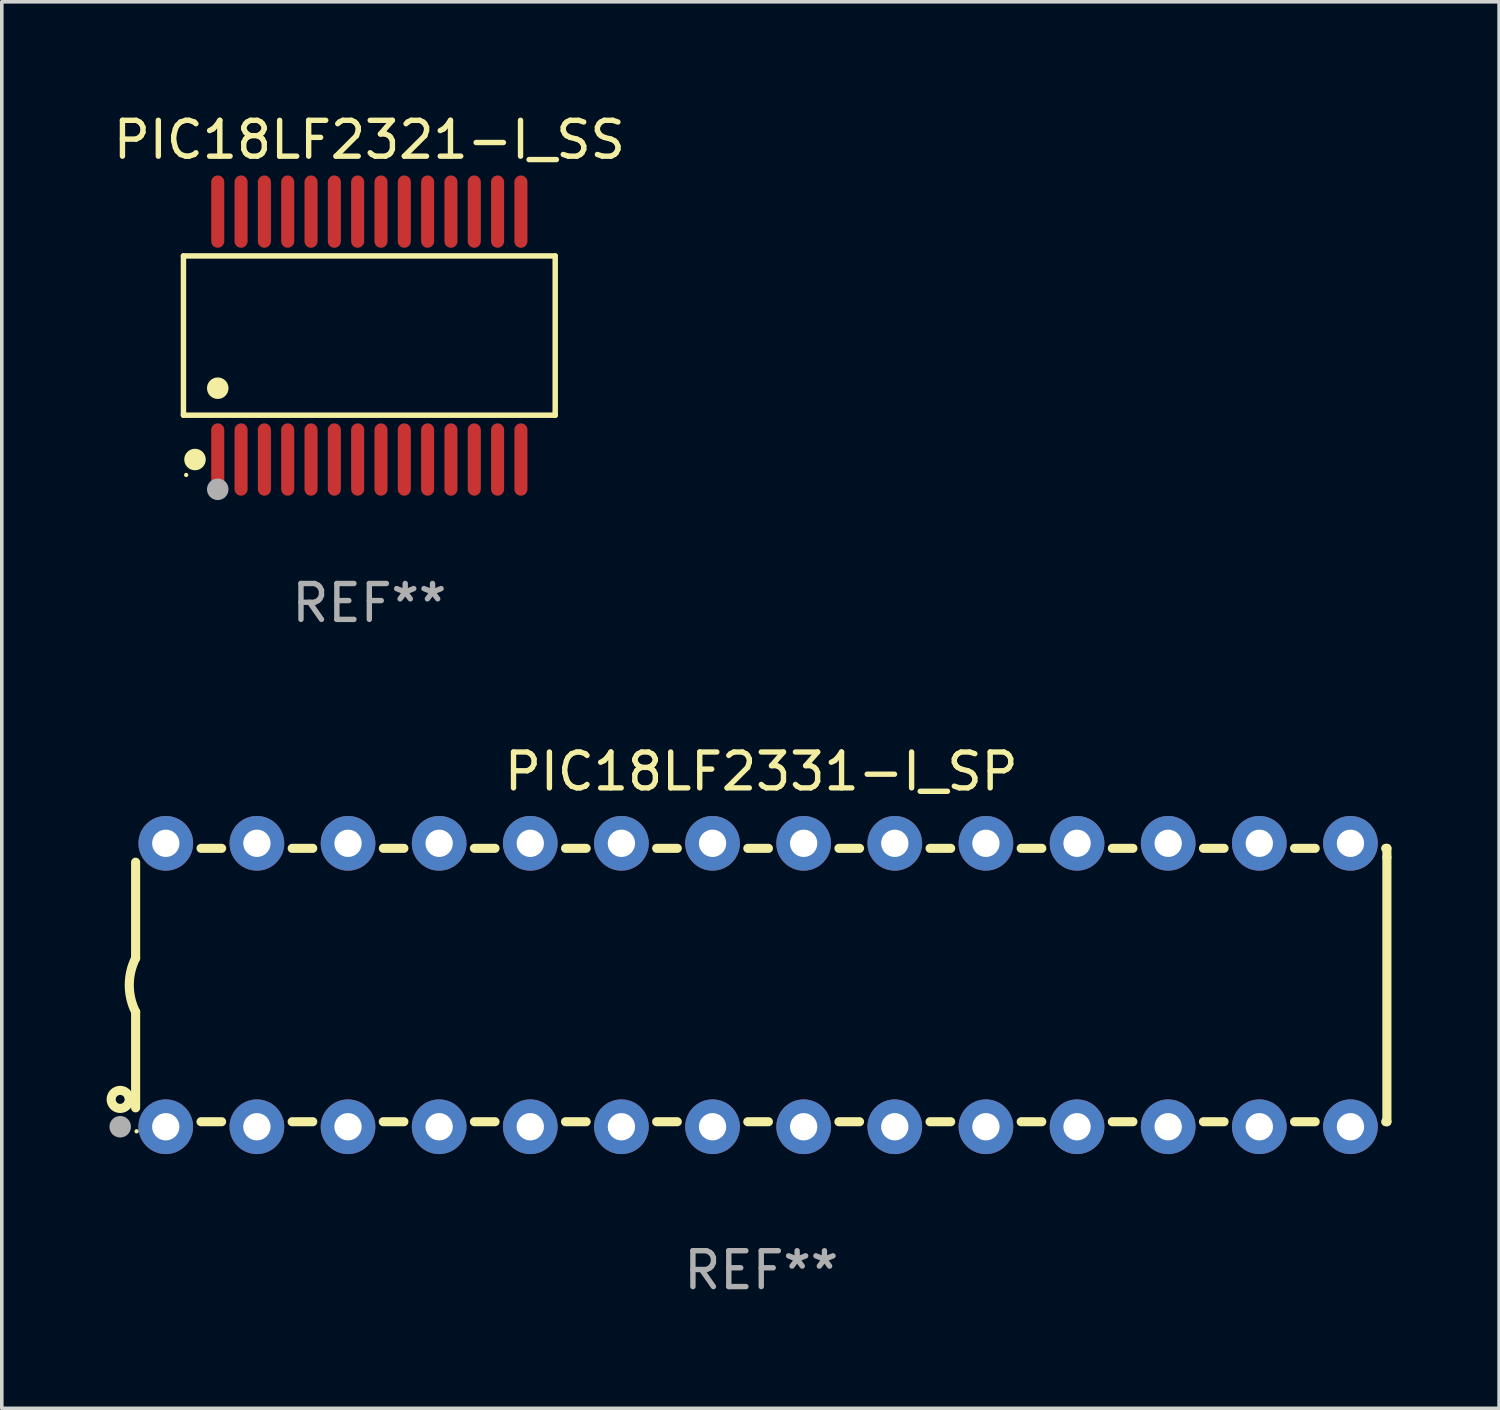
<source format=kicad_pcb>
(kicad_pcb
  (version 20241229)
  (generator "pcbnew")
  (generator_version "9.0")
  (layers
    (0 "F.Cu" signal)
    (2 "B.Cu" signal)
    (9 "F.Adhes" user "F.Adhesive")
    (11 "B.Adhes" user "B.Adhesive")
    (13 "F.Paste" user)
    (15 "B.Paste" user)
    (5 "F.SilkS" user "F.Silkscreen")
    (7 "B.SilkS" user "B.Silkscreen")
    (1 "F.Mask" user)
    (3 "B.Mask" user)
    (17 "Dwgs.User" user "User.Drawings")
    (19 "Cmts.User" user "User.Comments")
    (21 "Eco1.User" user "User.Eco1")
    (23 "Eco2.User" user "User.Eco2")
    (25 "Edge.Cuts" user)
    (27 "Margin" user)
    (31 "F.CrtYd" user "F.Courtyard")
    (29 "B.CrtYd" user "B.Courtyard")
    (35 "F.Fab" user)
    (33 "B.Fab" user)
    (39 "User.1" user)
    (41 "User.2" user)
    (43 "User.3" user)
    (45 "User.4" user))
  (footprint "PIC18LF2321-I_SS"
    (layer "F.Cu")
    (at 7.244 6.303)
    (property "Reference" "PIC18LF2321-I_SS" (at 0 -5.455 0) (layer "F.SilkS") (effects (font (size 1 1) (thickness 0.15))))
    (attr through_hole)
    (fp_line (start -5.181 -2.219) (end 5.181 -2.219) (stroke (width 0.152) (type solid)) (layer "F.SilkS"))
    (fp_line (start -5.181 2.219) (end -5.181 -2.219) (stroke (width 0.152) (type solid)) (layer "F.SilkS"))
    (fp_line (start 5.181 -2.219) (end 5.181 2.219) (stroke (width 0.152) (type solid)) (layer "F.SilkS"))
    (fp_line (start 5.181 2.219) (end -5.181 2.219) (stroke (width 0.152) (type solid)) (layer "F.SilkS"))
    (fp_circle (center -5.105 3.885) (end -5.075 3.885) (stroke (width 0.06) (type solid)) (fill no) (layer "F.SilkS"))
    (fp_circle (center -4.859 3.455) (end -4.709 3.455) (stroke (width 0.3) (type solid)) (fill no) (layer "F.SilkS"))
    (fp_circle (center -4.225 1.467) (end -4.075 1.467) (stroke (width 0.3) (type solid)) (fill no) (layer "F.SilkS"))
    (fp_circle (center -4.225 4.285) (end -4.075 4.285) (stroke (width 0.3) (type solid)) (fill no) (layer "F.Fab"))
    (fp_text user "REF**" (at 0 7.455 0) (layer "F.Fab") (effects (font (size 1 1) (thickness 0.15))))
    (pad "1" smd oval (at -4.225 3.455) (size 0.364 2.015) (layers "F.Cu" "F.Mask" "F.Paste"))
    (pad "2" smd oval (at -3.575 3.455) (size 0.364 2.015) (layers "F.Cu" "F.Mask" "F.Paste"))
    (pad "3" smd oval (at -2.925 3.455) (size 0.364 2.015) (layers "F.Cu" "F.Mask" "F.Paste"))
    (pad "4" smd oval (at -2.275 3.455) (size 0.364 2.015) (layers "F.Cu" "F.Mask" "F.Paste"))
    (pad "5" smd oval (at -1.625 3.455) (size 0.364 2.015) (layers "F.Cu" "F.Mask" "F.Paste"))
    (pad "6" smd oval (at -0.975 3.455) (size 0.364 2.015) (layers "F.Cu" "F.Mask" "F.Paste"))
    (pad "7" smd oval (at -0.325 3.455) (size 0.364 2.015) (layers "F.Cu" "F.Mask" "F.Paste"))
    (pad "8" smd oval (at 0.325 3.455) (size 0.364 2.015) (layers "F.Cu" "F.Mask" "F.Paste"))
    (pad "9" smd oval (at 0.975 3.455) (size 0.364 2.015) (layers "F.Cu" "F.Mask" "F.Paste"))
    (pad "10" smd oval (at 1.625 3.455) (size 0.364 2.015) (layers "F.Cu" "F.Mask" "F.Paste"))
    (pad "11" smd oval (at 2.275 3.455) (size 0.364 2.015) (layers "F.Cu" "F.Mask" "F.Paste"))
    (pad "12" smd oval (at 2.925 3.455) (size 0.364 2.015) (layers "F.Cu" "F.Mask" "F.Paste"))
    (pad "13" smd oval (at 3.575 3.455) (size 0.364 2.015) (layers "F.Cu" "F.Mask" "F.Paste"))
    (pad "14" smd oval (at 4.225 3.455) (size 0.364 2.015) (layers "F.Cu" "F.Mask" "F.Paste"))
    (pad "15" smd oval (at 4.225 -3.455) (size 0.364 2.015) (layers "F.Cu" "F.Mask" "F.Paste"))
    (pad "16" smd oval (at 3.575 -3.455) (size 0.364 2.015) (layers "F.Cu" "F.Mask" "F.Paste"))
    (pad "17" smd oval (at 2.925 -3.455) (size 0.364 2.015) (layers "F.Cu" "F.Mask" "F.Paste"))
    (pad "18" smd oval (at 2.275 -3.455) (size 0.364 2.015) (layers "F.Cu" "F.Mask" "F.Paste"))
    (pad "19" smd oval (at 1.625 -3.455) (size 0.364 2.015) (layers "F.Cu" "F.Mask" "F.Paste"))
    (pad "20" smd oval (at 0.975 -3.455) (size 0.364 2.015) (layers "F.Cu" "F.Mask" "F.Paste"))
    (pad "21" smd oval (at 0.325 -3.455) (size 0.364 2.015) (layers "F.Cu" "F.Mask" "F.Paste"))
    (pad "22" smd oval (at -0.325 -3.455) (size 0.364 2.015) (layers "F.Cu" "F.Mask" "F.Paste"))
    (pad "23" smd oval (at -0.975 -3.455) (size 0.364 2.015) (layers "F.Cu" "F.Mask" "F.Paste"))
    (pad "24" smd oval (at -1.625 -3.455) (size 0.364 2.015) (layers "F.Cu" "F.Mask" "F.Paste"))
    (pad "25" smd oval (at -2.275 -3.455) (size 0.364 2.015) (layers "F.Cu" "F.Mask" "F.Paste"))
    (pad "26" smd oval (at -2.925 -3.455) (size 0.364 2.015) (layers "F.Cu" "F.Mask" "F.Paste"))
    (pad "27" smd oval (at -3.575 -3.455) (size 0.364 2.015) (layers "F.Cu" "F.Mask" "F.Paste"))
    (pad "28" smd oval (at -4.225 -3.455) (size 0.364 2.015) (layers "F.Cu" "F.Mask" "F.Paste")))
  (footprint "PIC18LF2331-I_SP"
    (layer "F.Cu")
    (at 18.168 24.405)
    (property "Reference" "PIC18LF2331-I_SP" (at 0 -5.95 0) (layer "F.SilkS") (effects (font (size 1 1) (thickness 0.15))))
    (attr through_hole)
    (fp_line (start -17.438 0.75) (end -17.438 3.423) (stroke (width 0.254) (type solid)) (layer "F.SilkS"))
    (fp_line (start -17.438 -3.423) (end -17.438 -0.75) (stroke (width 0.254) (type solid)) (layer "F.SilkS"))
    (fp_line (start -15.615 3.81) (end -15.041 3.81) (stroke (width 0.254) (type solid)) (layer "F.SilkS"))
    (fp_line (start -15.041 -3.81) (end -15.614 -3.81) (stroke (width 0.254) (type solid)) (layer "F.SilkS"))
    (fp_line (start -13.075 3.81) (end -12.501 3.81) (stroke (width 0.254) (type solid)) (layer "F.SilkS"))
    (fp_line (start -12.501 -3.81) (end -13.074 -3.81) (stroke (width 0.254) (type solid)) (layer "F.SilkS"))
    (fp_line (start -10.535 3.81) (end -9.961 3.81) (stroke (width 0.254) (type solid)) (layer "F.SilkS"))
    (fp_line (start -9.961 -3.81) (end -10.534 -3.81) (stroke (width 0.254) (type solid)) (layer "F.SilkS"))
    (fp_line (start -7.995 3.81) (end -7.421 3.81) (stroke (width 0.254) (type solid)) (layer "F.SilkS"))
    (fp_line (start -7.421 -3.81) (end -7.995 -3.81) (stroke (width 0.254) (type solid)) (layer "F.SilkS"))
    (fp_line (start -5.455 3.81) (end -4.881 3.81) (stroke (width 0.254) (type solid)) (layer "F.SilkS"))
    (fp_line (start -4.881 -3.81) (end -5.455 -3.81) (stroke (width 0.254) (type solid)) (layer "F.SilkS"))
    (fp_line (start -2.915 3.81) (end -2.341 3.81) (stroke (width 0.254) (type solid)) (layer "F.SilkS"))
    (fp_line (start -2.341 -3.81) (end -2.915 -3.81) (stroke (width 0.254) (type solid)) (layer "F.SilkS"))
    (fp_line (start -0.375 3.81) (end 0.199 3.81) (stroke (width 0.254) (type solid)) (layer "F.SilkS"))
    (fp_line (start 0.199 -3.81) (end -0.375 -3.81) (stroke (width 0.254) (type solid)) (layer "F.SilkS"))
    (fp_line (start 2.165 3.81) (end 2.739 3.81) (stroke (width 0.254) (type solid)) (layer "F.SilkS"))
    (fp_line (start 2.739 -3.81) (end 2.165 -3.81) (stroke (width 0.254) (type solid)) (layer "F.SilkS"))
    (fp_line (start 4.705 3.81) (end 5.279 3.81) (stroke (width 0.254) (type solid)) (layer "F.SilkS"))
    (fp_line (start 5.279 -3.81) (end 4.705 -3.81) (stroke (width 0.254) (type solid)) (layer "F.SilkS"))
    (fp_line (start 7.245 3.81) (end 7.819 3.81) (stroke (width 0.254) (type solid)) (layer "F.SilkS"))
    (fp_line (start 7.819 -3.81) (end 7.245 -3.81) (stroke (width 0.254) (type solid)) (layer "F.SilkS"))
    (fp_line (start 9.785 3.81) (end 10.359 3.81) (stroke (width 0.254) (type solid)) (layer "F.SilkS"))
    (fp_line (start 10.359 -3.81) (end 9.785 -3.81) (stroke (width 0.254) (type solid)) (layer "F.SilkS"))
    (fp_line (start 12.325 3.81) (end 12.899 3.81) (stroke (width 0.254) (type solid)) (layer "F.SilkS"))
    (fp_line (start 12.899 -3.81) (end 12.325 -3.81) (stroke (width 0.254) (type solid)) (layer "F.SilkS"))
    (fp_line (start 14.865 3.81) (end 15.439 3.81) (stroke (width 0.254) (type solid)) (layer "F.SilkS"))
    (fp_line (start 15.439 -3.81) (end 14.865 -3.81) (stroke (width 0.254) (type solid)) (layer "F.SilkS"))
    (fp_line (start 17.405 3.81) (end 17.438 3.81) (stroke (width 0.254) (type solid)) (layer "F.SilkS"))
    (fp_line (start 17.438 -3.81) (end 17.405 -3.81) (stroke (width 0.254) (type solid)) (layer "F.SilkS"))
    (fp_line (start 17.438 -3.556) (end 17.438 -3.81) (stroke (width 0.254) (type solid)) (layer "F.SilkS"))
    (fp_line (start 17.438 3.81) (end 17.438 -3.556) (stroke (width 0.254) (type solid)) (layer "F.SilkS"))
    (fp_arc (start -17.437986 0.749657) (mid -17.614887 -0.000024) (end -17.437783 -0.749657) (stroke (width 0.254001) (type solid)) (layer "F.SilkS"))
    (fp_circle (center -17.868 3.188) (end -17.743 3.188) (stroke (width 0.254) (type solid)) (fill no) (layer "F.SilkS"))
    (fp_circle (center -17.411 4.077) (end -17.381 4.077) (stroke (width 0.06) (type solid)) (fill no) (layer "F.SilkS"))
    (fp_circle (center -17.868 3.95) (end -17.718 3.95) (stroke (width 0.3) (type solid)) (fill no) (layer "F.Fab"))
    (fp_text user "REF**" (at 0 7.95 0) (layer "F.Fab") (effects (font (size 1 1) (thickness 0.15))))
    (pad "1" thru_hole circle (at -16.598 3.95) (size 1.524 1.524) (drill 0.762) (layers "*.Cu" "*.Mask"))
    (pad "2" thru_hole circle (at -14.058 3.95) (size 1.524 1.524) (drill 0.762) (layers "*.Cu" "*.Mask"))
    (pad "3" thru_hole circle (at -11.518 3.95) (size 1.524 1.524) (drill 0.762) (layers "*.Cu" "*.Mask"))
    (pad "4" thru_hole circle (at -8.978 3.95) (size 1.524 1.524) (drill 0.762) (layers "*.Cu" "*.Mask"))
    (pad "5" thru_hole circle (at -6.438 3.95) (size 1.524 1.524) (drill 0.762) (layers "*.Cu" "*.Mask"))
    (pad "6" thru_hole circle (at -3.898 3.95) (size 1.524 1.524) (drill 0.762) (layers "*.Cu" "*.Mask"))
    (pad "7" thru_hole circle (at -1.358 3.95) (size 1.524 1.524) (drill 0.762) (layers "*.Cu" "*.Mask"))
    (pad "8" thru_hole circle (at 1.182 3.95) (size 1.524 1.524) (drill 0.762) (layers "*.Cu" "*.Mask"))
    (pad "9" thru_hole circle (at 3.722 3.95) (size 1.524 1.524) (drill 0.762) (layers "*.Cu" "*.Mask"))
    (pad "10" thru_hole circle (at 6.262 3.95) (size 1.524 1.524) (drill 0.762) (layers "*.Cu" "*.Mask"))
    (pad "11" thru_hole circle (at 8.802 3.95) (size 1.524 1.524) (drill 0.762) (layers "*.Cu" "*.Mask"))
    (pad "12" thru_hole circle (at 11.342 3.95) (size 1.524 1.524) (drill 0.762) (layers "*.Cu" "*.Mask"))
    (pad "13" thru_hole circle (at 13.882 3.95) (size 1.524 1.524) (drill 0.762) (layers "*.Cu" "*.Mask"))
    (pad "14" thru_hole circle (at 16.422 3.95) (size 1.524 1.524) (drill 0.762) (layers "*.Cu" "*.Mask"))
    (pad "15" thru_hole circle (at 16.422 -3.95) (size 1.524 1.524) (drill 0.762) (layers "*.Cu" "*.Mask"))
    (pad "16" thru_hole circle (at 13.882 -3.95) (size 1.524 1.524) (drill 0.762) (layers "*.Cu" "*.Mask"))
    (pad "17" thru_hole circle (at 11.342 -3.95) (size 1.524 1.524) (drill 0.762) (layers "*.Cu" "*.Mask"))
    (pad "18" thru_hole circle (at 8.802 -3.95) (size 1.524 1.524) (drill 0.762) (layers "*.Cu" "*.Mask"))
    (pad "19" thru_hole circle (at 6.262 -3.95) (size 1.524 1.524) (drill 0.762) (layers "*.Cu" "*.Mask"))
    (pad "20" thru_hole circle (at 3.722 -3.95) (size 1.524 1.524) (drill 0.762) (layers "*.Cu" "*.Mask"))
    (pad "21" thru_hole circle (at 1.182 -3.95) (size 1.524 1.524) (drill 0.762) (layers "*.Cu" "*.Mask"))
    (pad "22" thru_hole circle (at -1.358 -3.95) (size 1.524 1.524) (drill 0.762) (layers "*.Cu" "*.Mask"))
    (pad "23" thru_hole circle (at -3.898 -3.95) (size 1.524 1.524) (drill 0.762) (layers "*.Cu" "*.Mask"))
    (pad "24" thru_hole circle (at -6.438 -3.95) (size 1.524 1.524) (drill 0.762) (layers "*.Cu" "*.Mask"))
    (pad "25" thru_hole circle (at -8.978 -3.95) (size 1.524 1.524) (drill 0.762) (layers "*.Cu" "*.Mask"))
    (pad "26" thru_hole circle (at -11.517 -3.95) (size 1.524 1.524) (drill 0.762) (layers "*.Cu" "*.Mask"))
    (pad "27" thru_hole circle (at -14.057 -3.95) (size 1.524 1.524) (drill 0.762) (layers "*.Cu" "*.Mask"))
    (pad "28" thru_hole circle (at -16.597 -3.95) (size 1.524 1.524) (drill 0.762) (layers "*.Cu" "*.Mask")))
  (gr_rect
    (start -3 -3)
    (end 38.733 36.203)
    (stroke (width 0.1) (type default))
    (fill no)
    (layer "Edge.Cuts")))
</source>
